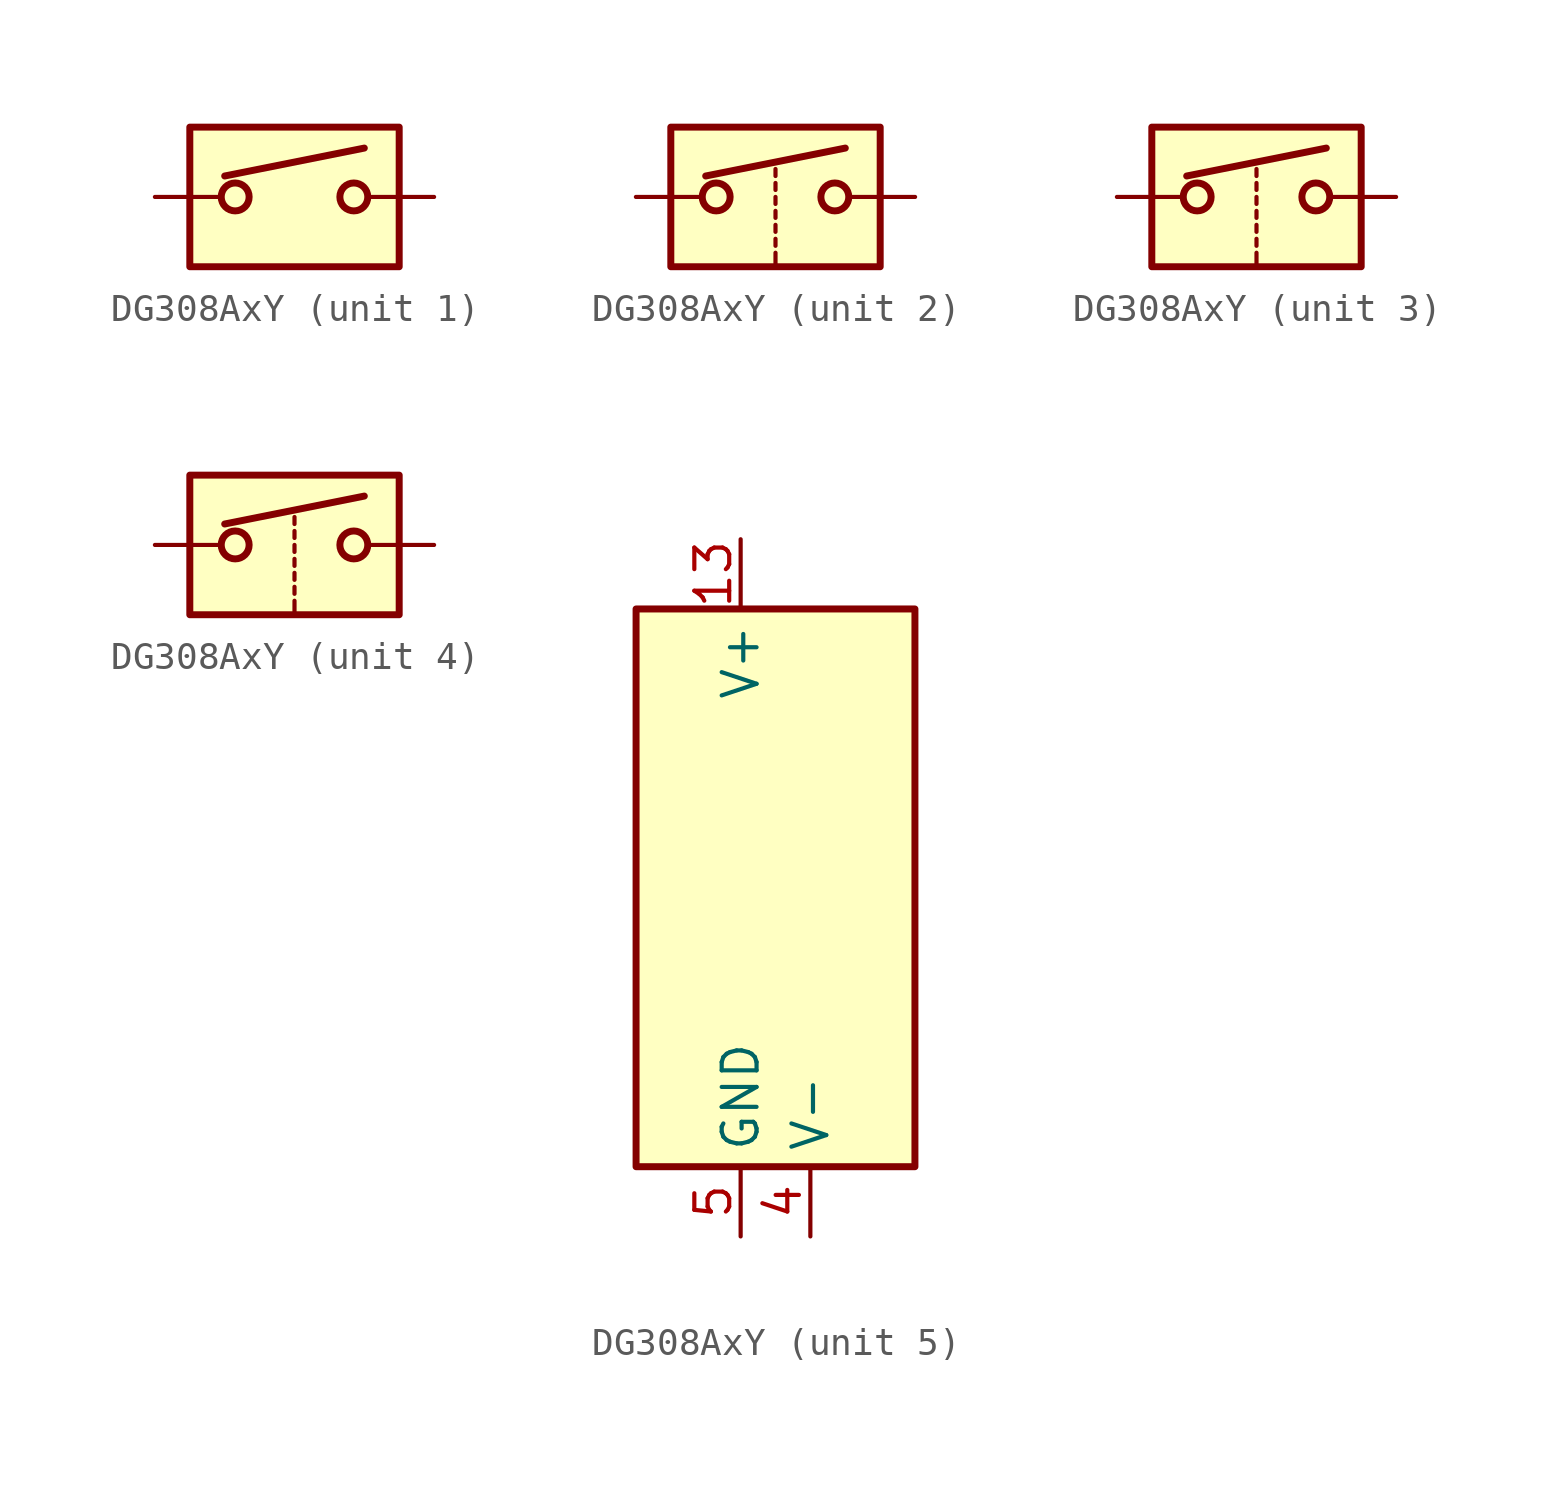
<source format=kicad_sym>
(kicad_symbol_lib
  (version 20211014)
  (generator kicad_symbol_editor)
  (symbol "DG308AxY"
    (property "Reference" "U?"
      (at 0 5.08 0)
      (effects (font (size 1.27 1.27)) hide))
    (symbol "DG308AxY_1_1"
      (rectangle (start -3.81 2.54) (end 3.81 -2.54) (stroke (width 0.254) (type default) (color 0 0 0 0)) (fill (type background)))
      (circle (center -2.159 0) (radius 0.508) (stroke (width 0.254) (type default) (color 0 0 0 0)) (fill (type none)))
      (polyline (pts (xy -5.08 0) (xy -2.794 0)) (stroke (width 0) (type default) (color 0 0 0 0)) (fill (type none)))
      (polyline (pts (xy -2.54 0.762) (xy 2.54 1.778)) (stroke (width 0.254) (type default) (color 0 0 0 0)) (fill (type none)))
      (polyline (pts (xy 5.08 0) (xy 2.794 0)) (stroke (width 0) (type default) (color 0 0 0 0)) (fill (type none)))
      (circle (center 2.159 0) (radius 0.508) (stroke (width 0.254) (type default) (color 0 0 0 0)) (fill (type none))))
    (symbol "DG308AxY_2_1"
      (rectangle (start -3.81 2.54) (end 3.81 -2.54) (stroke (width 0.254) (type default) (color 0 0 0 0)) (fill (type background)))
      (circle (center -2.159 0) (radius 0.508) (stroke (width 0.254) (type default) (color 0 0 0 0)) (fill (type none)))
      (polyline (pts (xy -5.08 0) (xy -2.794 0)) (stroke (width 0) (type default) (color 0 0 0 0)) (fill (type none)))
      (polyline (pts (xy -2.54 0.762) (xy 2.54 1.778)) (stroke (width 0.254) (type default) (color 0 0 0 0)) (fill (type none)))
      (polyline (pts (xy 0 -2.54) (xy 0 -2.032)) (stroke (width 0) (type default) (color 0 0 0 0)) (fill (type none)))
      (polyline (pts (xy 0 -1.778) (xy 0 -1.524)) (stroke (width 0) (type default) (color 0 0 0 0)) (fill (type none)))
      (polyline (pts (xy 0 -1.27) (xy 0 -1.016)) (stroke (width 0) (type default) (color 0 0 0 0)) (fill (type none)))
      (polyline (pts (xy 0 -0.762) (xy 0 -0.508)) (stroke (width 0) (type default) (color 0 0 0 0)) (fill (type none)))
      (polyline (pts (xy 0 -0.254) (xy 0 0)) (stroke (width 0) (type default) (color 0 0 0 0)) (fill (type none)))
      (polyline (pts (xy 0 0.254) (xy 0 0.508)) (stroke (width 0) (type default) (color 0 0 0 0)) (fill (type none)))
      (polyline (pts (xy 0 0.762) (xy 0 1.016)) (stroke (width 0) (type default) (color 0 0 0 0)) (fill (type none)))
      (polyline (pts (xy 5.08 0) (xy 2.794 0)) (stroke (width 0) (type default) (color 0 0 0 0)) (fill (type none)))
      (circle (center 2.159 0) (radius 0.508) (stroke (width 0.254) (type default) (color 0 0 0 0)) (fill (type none))))
    (symbol "DG308AxY_3_1"
      (rectangle (start -3.81 2.54) (end 3.81 -2.54) (stroke (width 0.254) (type default) (color 0 0 0 0)) (fill (type background)))
      (circle (center -2.159 0) (radius 0.508) (stroke (width 0.254) (type default) (color 0 0 0 0)) (fill (type none)))
      (polyline (pts (xy -5.08 0) (xy -2.794 0)) (stroke (width 0) (type default) (color 0 0 0 0)) (fill (type none)))
      (polyline (pts (xy -2.54 0.762) (xy 2.54 1.778)) (stroke (width 0.254) (type default) (color 0 0 0 0)) (fill (type none)))
      (polyline (pts (xy 0 -2.54) (xy 0 -2.032)) (stroke (width 0) (type default) (color 0 0 0 0)) (fill (type none)))
      (polyline (pts (xy 0 -1.778) (xy 0 -1.524)) (stroke (width 0) (type default) (color 0 0 0 0)) (fill (type none)))
      (polyline (pts (xy 0 -1.27) (xy 0 -1.016)) (stroke (width 0) (type default) (color 0 0 0 0)) (fill (type none)))
      (polyline (pts (xy 0 -0.762) (xy 0 -0.508)) (stroke (width 0) (type default) (color 0 0 0 0)) (fill (type none)))
      (polyline (pts (xy 0 -0.254) (xy 0 0)) (stroke (width 0) (type default) (color 0 0 0 0)) (fill (type none)))
      (polyline (pts (xy 0 0.254) (xy 0 0.508)) (stroke (width 0) (type default) (color 0 0 0 0)) (fill (type none)))
      (polyline (pts (xy 0 0.762) (xy 0 1.016)) (stroke (width 0) (type default) (color 0 0 0 0)) (fill (type none)))
      (polyline (pts (xy 5.08 0) (xy 2.794 0)) (stroke (width 0) (type default) (color 0 0 0 0)) (fill (type none)))
      (circle (center 2.159 0) (radius 0.508) (stroke (width 0.254) (type default) (color 0 0 0 0)) (fill (type none))))
    (symbol "DG308AxY_4_1"
      (rectangle (start -3.81 2.54) (end 3.81 -2.54) (stroke (width 0.254) (type default) (color 0 0 0 0)) (fill (type background)))
      (circle (center -2.159 0) (radius 0.508) (stroke (width 0.254) (type default) (color 0 0 0 0)) (fill (type none)))
      (polyline (pts (xy -5.08 0) (xy -2.794 0)) (stroke (width 0) (type default) (color 0 0 0 0)) (fill (type none)))
      (polyline (pts (xy -2.54 0.762) (xy 2.54 1.778)) (stroke (width 0.254) (type default) (color 0 0 0 0)) (fill (type none)))
      (polyline (pts (xy 0 -2.54) (xy 0 -2.032)) (stroke (width 0) (type default) (color 0 0 0 0)) (fill (type none)))
      (polyline (pts (xy 0 -1.778) (xy 0 -1.524)) (stroke (width 0) (type default) (color 0 0 0 0)) (fill (type none)))
      (polyline (pts (xy 0 -1.27) (xy 0 -1.016)) (stroke (width 0) (type default) (color 0 0 0 0)) (fill (type none)))
      (polyline (pts (xy 0 -0.762) (xy 0 -0.508)) (stroke (width 0) (type default) (color 0 0 0 0)) (fill (type none)))
      (polyline (pts (xy 0 -0.254) (xy 0 0)) (stroke (width 0) (type default) (color 0 0 0 0)) (fill (type none)))
      (polyline (pts (xy 0 0.254) (xy 0 0.508)) (stroke (width 0) (type default) (color 0 0 0 0)) (fill (type none)))
      (polyline (pts (xy 0 0.762) (xy 0 1.016)) (stroke (width 0) (type default) (color 0 0 0 0)) (fill (type none)))
      (polyline (pts (xy 5.08 0) (xy 2.794 0)) (stroke (width 0) (type default) (color 0 0 0 0)) (fill (type none)))
      (circle (center 2.159 0) (radius 0.508) (stroke (width 0.254) (type default) (color 0 0 0 0)) (fill (type none))))
    (symbol "DG308AxY_5_0"
      (pin no_connect line (at 2.54 10.16 270) (length 2.54) hide (name "NC" (effects (font (size 1.27 1.27)))) (number "12" (effects (font (size 1.27 1.27)))))
      (pin power_in line (at 0 12.7 270) (length 2.54) (name "V+" (effects (font (size 1.27 1.27)))) (number "13" (effects (font (size 1.27 1.27)))))
      (pin power_in line (at 2.54 -12.7 90) (length 2.54) (name "V-" (effects (font (size 1.27 1.27)))) (number "4" (effects (font (size 1.27 1.27)))))
      (pin power_in line (at 0 -12.7 90) (length 2.54) (name "GND" (effects (font (size 1.27 1.27)))) (number "5" (effects (font (size 1.27 1.27))))))
    (symbol "DG308AxY_5_1"
      (rectangle (start -3.81 10.16) (end 6.35 -10.16) (stroke (width 0.254) (type default) (color 0 0 0 0)) (fill (type background))))))
</source>
